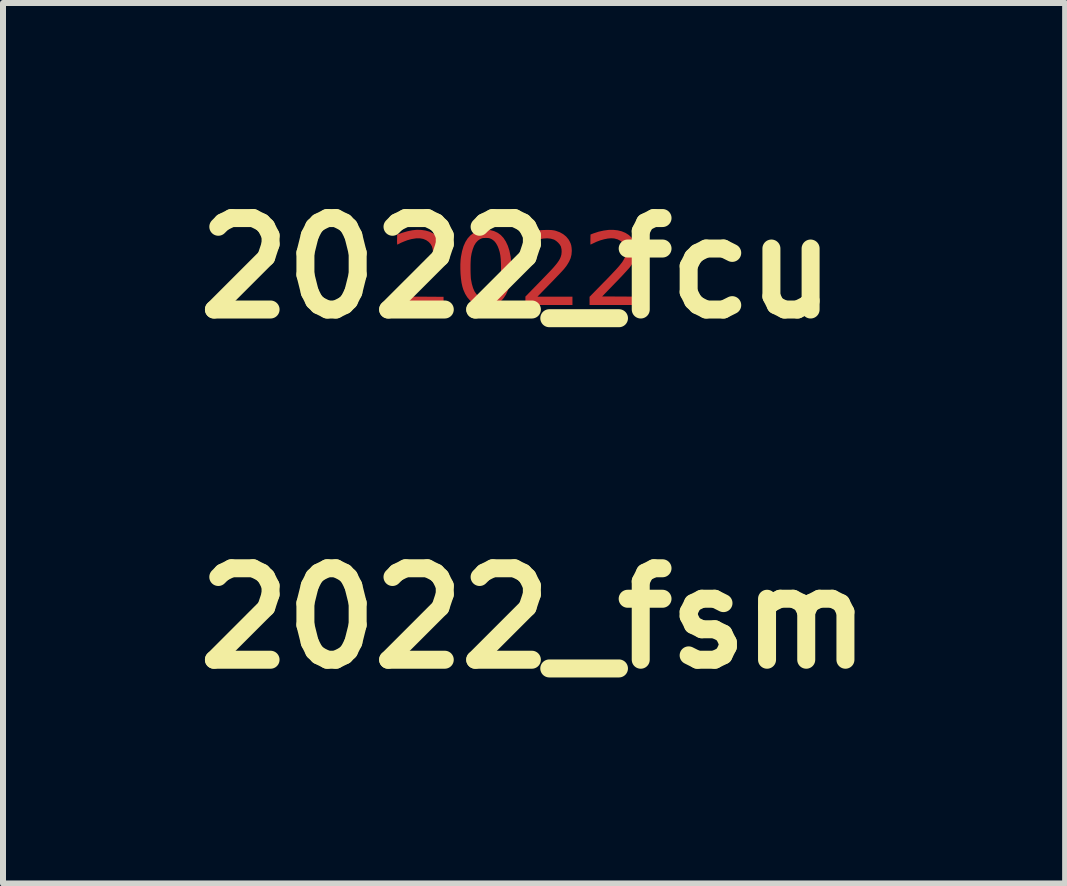
<source format=kicad_pcb>
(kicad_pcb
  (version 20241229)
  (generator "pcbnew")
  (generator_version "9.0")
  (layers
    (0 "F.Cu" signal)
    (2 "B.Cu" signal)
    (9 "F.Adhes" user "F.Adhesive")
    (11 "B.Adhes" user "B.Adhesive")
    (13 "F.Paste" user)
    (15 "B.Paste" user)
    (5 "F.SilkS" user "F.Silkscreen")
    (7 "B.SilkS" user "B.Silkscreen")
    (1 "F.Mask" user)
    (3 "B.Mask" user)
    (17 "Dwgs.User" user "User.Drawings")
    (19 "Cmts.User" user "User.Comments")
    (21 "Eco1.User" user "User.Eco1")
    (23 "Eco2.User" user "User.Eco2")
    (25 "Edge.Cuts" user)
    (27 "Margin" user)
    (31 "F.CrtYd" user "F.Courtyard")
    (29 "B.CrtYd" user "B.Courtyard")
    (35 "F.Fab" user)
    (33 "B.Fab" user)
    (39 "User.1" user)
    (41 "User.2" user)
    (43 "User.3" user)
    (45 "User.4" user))
  (footprint "2022_fcu"
    (layer "F.Cu")
    (at 5.559 1.418)
    (property "Reference" "2022_fcu" (at 0 0 0) (layer "F.SilkS") (effects (font (size 1.524 1.524) (thickness 0.3))))
    (attr board_only exclude_from_pos_files exclude_from_bom)
    (fp_poly (pts (xy 1.684 -0.63) (xy 1.752 -0.613) (xy 1.814 -0.587) (xy 1.869 -0.552) (xy 1.915 -0.509) (xy 1.95 -0.462) (xy 1.97 -0.42) (xy 1.984 -0.37) (xy 1.992 -0.317) (xy 1.992 -0.262) (xy 1.986 -0.211) (xy 1.985 -0.206) (xy 1.964 -0.144) (xy 1.931 -0.079) (xy 1.89 -0.019) (xy 1.877 -0.003) (xy 1.856 0.02) (xy 1.829 0.05) (xy 1.796 0.086) (xy 1.759 0.126) (xy 1.718 0.169) (xy 1.675 0.214) (xy 1.637 0.253) (xy 1.425 0.472) (xy 1.713 0.473) (xy 2 0.475) (xy 2 0.614) (xy 1.215 0.614) (xy 1.215 0.546) (xy 1.215 0.478) (xy 1.446 0.242) (xy 1.508 0.179) (xy 1.561 0.124) (xy 1.606 0.076) (xy 1.645 0.035) (xy 1.678 -0.001) (xy 1.705 -0.032) (xy 1.727 -0.059) (xy 1.746 -0.083) (xy 1.762 -0.104) (xy 1.775 -0.125) (xy 1.786 -0.144) (xy 1.793 -0.158) (xy 1.805 -0.182) (xy 1.813 -0.2) (xy 1.817 -0.217) (xy 1.819 -0.235) (xy 1.82 -0.261) (xy 1.82 -0.278) (xy 1.819 -0.309) (xy 1.818 -0.33) (xy 1.815 -0.347) (xy 1.81 -0.361) (xy 1.802 -0.376) (xy 1.801 -0.379) (xy 1.771 -0.421) (xy 1.731 -0.454) (xy 1.684 -0.479) (xy 1.629 -0.494) (xy 1.624 -0.495) (xy 1.575 -0.498) (xy 1.519 -0.493) (xy 1.458 -0.481) (xy 1.394 -0.463) (xy 1.33 -0.439) (xy 1.286 -0.418) (xy 1.263 -0.407) (xy 1.244 -0.398) (xy 1.233 -0.393) (xy 1.231 -0.392) (xy 1.23 -0.398) (xy 1.229 -0.415) (xy 1.229 -0.439) (xy 1.229 -0.469) (xy 1.229 -0.476) (xy 1.231 -0.56) (xy 1.277 -0.578) (xy 1.365 -0.607) (xy 1.45 -0.626) (xy 1.532 -0.637) (xy 1.611 -0.638)) (stroke (width 0) (type solid)) (fill yes) (layer "F.Cu"))
    (fp_poly (pts (xy -1.591 -0.637) (xy -1.522 -0.627) (xy -1.521 -0.627) (xy -1.453 -0.608) (xy -1.394 -0.581) (xy -1.343 -0.545) (xy -1.322 -0.526) (xy -1.283 -0.481) (xy -1.256 -0.435) (xy -1.238 -0.384) (xy -1.229 -0.327) (xy -1.228 -0.291) (xy -1.231 -0.234) (xy -1.242 -0.182) (xy -1.26 -0.131) (xy -1.288 -0.079) (xy -1.315 -0.038) (xy -1.325 -0.025) (xy -1.335 -0.011) (xy -1.346 0.002) (xy -1.359 0.018) (xy -1.375 0.036) (xy -1.395 0.057) (xy -1.419 0.083) (xy -1.448 0.113) (xy -1.483 0.15) (xy -1.525 0.193) (xy -1.574 0.244) (xy -1.609 0.28) (xy -1.799 0.475) (xy -1.509 0.476) (xy -1.218 0.478) (xy -1.217 0.546) (xy -1.215 0.614) (xy -2 0.614) (xy -2 0.471) (xy -1.961 0.433) (xy -1.931 0.403) (xy -1.895 0.367) (xy -1.856 0.327) (xy -1.813 0.284) (xy -1.77 0.239) (xy -1.726 0.193) (xy -1.682 0.148) (xy -1.64 0.103) (xy -1.601 0.062) (xy -1.565 0.024) (xy -1.535 -0.009) (xy -1.51 -0.037) (xy -1.492 -0.057) (xy -1.483 -0.068) (xy -1.444 -0.125) (xy -1.417 -0.177) (xy -1.401 -0.226) (xy -1.395 -0.274) (xy -1.399 -0.318) (xy -1.412 -0.363) (xy -1.434 -0.402) (xy -1.465 -0.436) (xy -1.507 -0.466) (xy -1.557 -0.487) (xy -1.613 -0.497) (xy -1.677 -0.496) (xy -1.747 -0.485) (xy -1.768 -0.48) (xy -1.821 -0.465) (xy -1.876 -0.444) (xy -1.928 -0.422) (xy -1.949 -0.411) (xy -1.968 -0.401) (xy -1.983 -0.394) (xy -1.989 -0.392) (xy -1.991 -0.398) (xy -1.992 -0.415) (xy -1.993 -0.439) (xy -1.993 -0.469) (xy -1.992 -0.476) (xy -1.991 -0.56) (xy -1.902 -0.59) (xy -1.816 -0.615) (xy -1.737 -0.631) (xy -1.662 -0.639)) (stroke (width 0) (type solid)) (fill yes) (layer "F.Cu"))
    (fp_poly (pts (xy 0.547 -0.636) (xy 0.578 -0.635) (xy 0.603 -0.632) (xy 0.624 -0.629) (xy 0.646 -0.624) (xy 0.655 -0.621) (xy 0.719 -0.598) (xy 0.776 -0.566) (xy 0.825 -0.526) (xy 0.863 -0.481) (xy 0.881 -0.451) (xy 0.899 -0.413) (xy 0.91 -0.378) (xy 0.916 -0.34) (xy 0.919 -0.295) (xy 0.919 -0.284) (xy 0.914 -0.224) (xy 0.9 -0.167) (xy 0.875 -0.11) (xy 0.847 -0.063) (xy 0.836 -0.046) (xy 0.825 -0.03) (xy 0.813 -0.015) (xy 0.8 0.002) (xy 0.784 0.021) (xy 0.765 0.042) (xy 0.742 0.067) (xy 0.714 0.097) (xy 0.68 0.132) (xy 0.64 0.174) (xy 0.593 0.223) (xy 0.543 0.274) (xy 0.347 0.475) (xy 0.93 0.475) (xy 0.93 0.614) (xy 0.146 0.614) (xy 0.146 0.474) (xy 0.37 0.245) (xy 0.433 0.18) (xy 0.488 0.123) (xy 0.536 0.073) (xy 0.577 0.03) (xy 0.611 -0.007) (xy 0.639 -0.04) (xy 0.663 -0.069) (xy 0.682 -0.094) (xy 0.698 -0.117) (xy 0.711 -0.138) (xy 0.722 -0.158) (xy 0.731 -0.179) (xy 0.735 -0.189) (xy 0.746 -0.228) (xy 0.75 -0.272) (xy 0.748 -0.315) (xy 0.739 -0.354) (xy 0.735 -0.365) (xy 0.717 -0.395) (xy 0.691 -0.425) (xy 0.66 -0.452) (xy 0.629 -0.472) (xy 0.623 -0.475) (xy 0.569 -0.491) (xy 0.509 -0.497) (xy 0.442 -0.493) (xy 0.37 -0.478) (xy 0.293 -0.453) (xy 0.245 -0.433) (xy 0.219 -0.421) (xy 0.196 -0.41) (xy 0.18 -0.402) (xy 0.174 -0.398) (xy 0.163 -0.393) (xy 0.16 -0.392) (xy 0.156 -0.395) (xy 0.154 -0.404) (xy 0.153 -0.42) (xy 0.153 -0.447) (xy 0.153 -0.476) (xy 0.155 -0.559) (xy 0.212 -0.58) (xy 0.244 -0.591) (xy 0.282 -0.602) (xy 0.32 -0.613) (xy 0.339 -0.618) (xy 0.368 -0.625) (xy 0.393 -0.63) (xy 0.418 -0.633) (xy 0.446 -0.635) (xy 0.481 -0.636) (xy 0.506 -0.636)) (stroke (width 0) (type solid)) (fill yes) (layer "F.Cu"))
    (fp_poly (pts (xy -0.441 -0.634) (xy -0.376 -0.617) (xy -0.318 -0.59) (xy -0.265 -0.552) (xy -0.219 -0.503) (xy -0.18 -0.443) (xy -0.147 -0.373) (xy -0.121 -0.293) (xy -0.102 -0.202) (xy -0.1 -0.193) (xy -0.097 -0.166) (xy -0.095 -0.128) (xy -0.093 -0.084) (xy -0.092 -0.035) (xy -0.092 0.016) (xy -0.093 0.066) (xy -0.094 0.112) (xy -0.096 0.153) (xy -0.099 0.184) (xy -0.1 0.193) (xy -0.119 0.286) (xy -0.145 0.368) (xy -0.177 0.439) (xy -0.216 0.499) (xy -0.261 0.549) (xy -0.313 0.587) (xy -0.371 0.615) (xy -0.436 0.632) (xy -0.508 0.639) (xy -0.519 0.639) (xy -0.55 0.637) (xy -0.582 0.634) (xy -0.609 0.63) (xy -0.611 0.63) (xy -0.671 0.61) (xy -0.727 0.58) (xy -0.777 0.539) (xy -0.821 0.488) (xy -0.858 0.428) (xy -0.888 0.36) (xy -0.904 0.308) (xy -0.918 0.245) (xy -0.928 0.172) (xy -0.935 0.094) (xy -0.938 0.014) (xy -0.938 -0.016) (xy -0.768 -0.016) (xy -0.768 0.035) (xy -0.767 0.085) (xy -0.765 0.13) (xy -0.763 0.167) (xy -0.761 0.185) (xy -0.746 0.264) (xy -0.726 0.332) (xy -0.701 0.389) (xy -0.67 0.434) (xy -0.633 0.469) (xy -0.591 0.492) (xy -0.566 0.501) (xy -0.535 0.505) (xy -0.497 0.504) (xy -0.459 0.498) (xy -0.426 0.487) (xy -0.422 0.485) (xy -0.385 0.461) (xy -0.353 0.428) (xy -0.326 0.385) (xy -0.319 0.371) (xy -0.3 0.325) (xy -0.285 0.276) (xy -0.274 0.222) (xy -0.266 0.161) (xy -0.261 0.091) (xy -0.26 0.011) (xy -0.26 0) (xy -0.261 -0.082) (xy -0.265 -0.153) (xy -0.272 -0.215) (xy -0.283 -0.27) (xy -0.298 -0.319) (xy -0.316 -0.365) (xy -0.319 -0.371) (xy -0.345 -0.417) (xy -0.375 -0.453) (xy -0.41 -0.479) (xy -0.423 -0.486) (xy -0.443 -0.494) (xy -0.46 -0.5) (xy -0.48 -0.502) (xy -0.507 -0.503) (xy -0.516 -0.503) (xy -0.546 -0.502) (xy -0.567 -0.5) (xy -0.584 -0.495) (xy -0.602 -0.487) (xy -0.605 -0.486) (xy -0.645 -0.459) (xy -0.68 -0.421) (xy -0.709 -0.373) (xy -0.732 -0.313) (xy -0.751 -0.243) (xy -0.761 -0.185) (xy -0.764 -0.154) (xy -0.766 -0.114) (xy -0.768 -0.067) (xy -0.768 -0.016) (xy -0.938 -0.016) (xy -0.938 -0.064) (xy -0.934 -0.139) (xy -0.927 -0.192) (xy -0.909 -0.284) (xy -0.885 -0.366) (xy -0.853 -0.437) (xy -0.815 -0.497) (xy -0.769 -0.547) (xy -0.718 -0.586) (xy -0.659 -0.615) (xy -0.594 -0.632) (xy -0.522 -0.639) (xy -0.512 -0.639)) (stroke (width 0) (type solid)) (fill yes) (layer "F.Cu")))
  (footprint "2022_fsm"
    (layer "F.Cu")
    (at 5.849 7.254)
    (property "Reference" "2022_fsm" (at 0 0 0) (layer "F.SilkS") (effects (font (size 1.524 1.524) (thickness 0.3))))
    (attr board_only exclude_from_pos_files exclude_from_bom)
    (fp_poly (pts (xy 1.684 -0.63) (xy 1.752 -0.613) (xy 1.814 -0.587) (xy 1.869 -0.552) (xy 1.915 -0.509) (xy 1.95 -0.462) (xy 1.97 -0.42) (xy 1.984 -0.37) (xy 1.992 -0.317) (xy 1.992 -0.262) (xy 1.986 -0.211) (xy 1.985 -0.206) (xy 1.964 -0.144) (xy 1.931 -0.079) (xy 1.89 -0.019) (xy 1.877 -0.003) (xy 1.856 0.02) (xy 1.829 0.05) (xy 1.796 0.086) (xy 1.759 0.126) (xy 1.718 0.169) (xy 1.675 0.214) (xy 1.637 0.253) (xy 1.425 0.472) (xy 1.713 0.473) (xy 2 0.475) (xy 2 0.614) (xy 1.215 0.614) (xy 1.215 0.546) (xy 1.215 0.478) (xy 1.446 0.242) (xy 1.508 0.179) (xy 1.561 0.124) (xy 1.606 0.076) (xy 1.645 0.035) (xy 1.678 -0.001) (xy 1.705 -0.032) (xy 1.727 -0.059) (xy 1.746 -0.083) (xy 1.762 -0.104) (xy 1.775 -0.125) (xy 1.786 -0.144) (xy 1.793 -0.158) (xy 1.805 -0.182) (xy 1.813 -0.2) (xy 1.817 -0.217) (xy 1.819 -0.235) (xy 1.82 -0.261) (xy 1.82 -0.278) (xy 1.819 -0.309) (xy 1.818 -0.33) (xy 1.815 -0.347) (xy 1.81 -0.361) (xy 1.802 -0.376) (xy 1.801 -0.379) (xy 1.771 -0.421) (xy 1.731 -0.454) (xy 1.684 -0.479) (xy 1.629 -0.494) (xy 1.624 -0.495) (xy 1.575 -0.498) (xy 1.519 -0.493) (xy 1.458 -0.481) (xy 1.394 -0.463) (xy 1.33 -0.439) (xy 1.286 -0.418) (xy 1.263 -0.407) (xy 1.244 -0.398) (xy 1.233 -0.393) (xy 1.231 -0.392) (xy 1.23 -0.398) (xy 1.229 -0.415) (xy 1.229 -0.439) (xy 1.229 -0.469) (xy 1.229 -0.476) (xy 1.231 -0.56) (xy 1.277 -0.578) (xy 1.365 -0.607) (xy 1.45 -0.626) (xy 1.532 -0.637) (xy 1.611 -0.638)) (stroke (width 0) (type solid)) (fill yes) (layer "F.Mask"))
    (fp_poly (pts (xy -1.591 -0.637) (xy -1.522 -0.627) (xy -1.521 -0.627) (xy -1.453 -0.608) (xy -1.394 -0.581) (xy -1.343 -0.545) (xy -1.322 -0.526) (xy -1.283 -0.481) (xy -1.256 -0.435) (xy -1.238 -0.384) (xy -1.229 -0.327) (xy -1.228 -0.291) (xy -1.231 -0.234) (xy -1.242 -0.182) (xy -1.26 -0.131) (xy -1.288 -0.079) (xy -1.315 -0.038) (xy -1.325 -0.025) (xy -1.335 -0.011) (xy -1.346 0.002) (xy -1.359 0.018) (xy -1.375 0.036) (xy -1.395 0.057) (xy -1.419 0.083) (xy -1.448 0.113) (xy -1.483 0.15) (xy -1.525 0.193) (xy -1.574 0.244) (xy -1.609 0.28) (xy -1.799 0.475) (xy -1.509 0.476) (xy -1.218 0.478) (xy -1.217 0.546) (xy -1.215 0.614) (xy -2 0.614) (xy -2 0.471) (xy -1.961 0.433) (xy -1.931 0.403) (xy -1.895 0.367) (xy -1.856 0.327) (xy -1.813 0.284) (xy -1.77 0.239) (xy -1.726 0.193) (xy -1.682 0.148) (xy -1.64 0.103) (xy -1.601 0.062) (xy -1.565 0.024) (xy -1.535 -0.009) (xy -1.51 -0.037) (xy -1.492 -0.057) (xy -1.483 -0.068) (xy -1.444 -0.125) (xy -1.417 -0.177) (xy -1.401 -0.226) (xy -1.395 -0.274) (xy -1.399 -0.318) (xy -1.412 -0.363) (xy -1.434 -0.402) (xy -1.465 -0.436) (xy -1.507 -0.466) (xy -1.557 -0.487) (xy -1.613 -0.497) (xy -1.677 -0.496) (xy -1.747 -0.485) (xy -1.768 -0.48) (xy -1.821 -0.465) (xy -1.876 -0.444) (xy -1.928 -0.422) (xy -1.949 -0.411) (xy -1.968 -0.401) (xy -1.983 -0.394) (xy -1.989 -0.392) (xy -1.991 -0.398) (xy -1.992 -0.415) (xy -1.993 -0.439) (xy -1.993 -0.469) (xy -1.992 -0.476) (xy -1.991 -0.56) (xy -1.902 -0.59) (xy -1.816 -0.615) (xy -1.737 -0.631) (xy -1.662 -0.639)) (stroke (width 0) (type solid)) (fill yes) (layer "F.Mask"))
    (fp_poly (pts (xy 0.547 -0.636) (xy 0.578 -0.635) (xy 0.603 -0.632) (xy 0.624 -0.629) (xy 0.646 -0.624) (xy 0.655 -0.621) (xy 0.719 -0.598) (xy 0.776 -0.566) (xy 0.825 -0.526) (xy 0.863 -0.481) (xy 0.881 -0.451) (xy 0.899 -0.413) (xy 0.91 -0.378) (xy 0.916 -0.34) (xy 0.919 -0.295) (xy 0.919 -0.284) (xy 0.914 -0.224) (xy 0.9 -0.167) (xy 0.875 -0.11) (xy 0.847 -0.063) (xy 0.836 -0.046) (xy 0.825 -0.03) (xy 0.813 -0.015) (xy 0.8 0.002) (xy 0.784 0.021) (xy 0.765 0.042) (xy 0.742 0.067) (xy 0.714 0.097) (xy 0.68 0.132) (xy 0.64 0.174) (xy 0.593 0.223) (xy 0.543 0.274) (xy 0.347 0.475) (xy 0.93 0.475) (xy 0.93 0.614) (xy 0.146 0.614) (xy 0.146 0.474) (xy 0.37 0.245) (xy 0.433 0.18) (xy 0.488 0.123) (xy 0.536 0.073) (xy 0.577 0.03) (xy 0.611 -0.007) (xy 0.639 -0.04) (xy 0.663 -0.069) (xy 0.682 -0.094) (xy 0.698 -0.117) (xy 0.711 -0.138) (xy 0.722 -0.158) (xy 0.731 -0.179) (xy 0.735 -0.189) (xy 0.746 -0.228) (xy 0.75 -0.272) (xy 0.748 -0.315) (xy 0.739 -0.354) (xy 0.735 -0.365) (xy 0.717 -0.395) (xy 0.691 -0.425) (xy 0.66 -0.452) (xy 0.629 -0.472) (xy 0.623 -0.475) (xy 0.569 -0.491) (xy 0.509 -0.497) (xy 0.442 -0.493) (xy 0.37 -0.478) (xy 0.293 -0.453) (xy 0.245 -0.433) (xy 0.219 -0.421) (xy 0.196 -0.41) (xy 0.18 -0.402) (xy 0.174 -0.398) (xy 0.163 -0.393) (xy 0.16 -0.392) (xy 0.156 -0.395) (xy 0.154 -0.404) (xy 0.153 -0.42) (xy 0.153 -0.447) (xy 0.153 -0.476) (xy 0.155 -0.559) (xy 0.212 -0.58) (xy 0.244 -0.591) (xy 0.282 -0.602) (xy 0.32 -0.613) (xy 0.339 -0.618) (xy 0.368 -0.625) (xy 0.393 -0.63) (xy 0.418 -0.633) (xy 0.446 -0.635) (xy 0.481 -0.636) (xy 0.506 -0.636)) (stroke (width 0) (type solid)) (fill yes) (layer "F.Mask"))
    (fp_poly (pts (xy -0.441 -0.634) (xy -0.376 -0.617) (xy -0.318 -0.59) (xy -0.265 -0.552) (xy -0.219 -0.503) (xy -0.18 -0.443) (xy -0.147 -0.373) (xy -0.121 -0.293) (xy -0.102 -0.202) (xy -0.1 -0.193) (xy -0.097 -0.166) (xy -0.095 -0.128) (xy -0.093 -0.084) (xy -0.092 -0.035) (xy -0.092 0.016) (xy -0.093 0.066) (xy -0.094 0.112) (xy -0.096 0.153) (xy -0.099 0.184) (xy -0.1 0.193) (xy -0.119 0.286) (xy -0.145 0.368) (xy -0.177 0.439) (xy -0.216 0.499) (xy -0.261 0.549) (xy -0.313 0.587) (xy -0.371 0.615) (xy -0.436 0.632) (xy -0.508 0.639) (xy -0.519 0.639) (xy -0.55 0.637) (xy -0.582 0.634) (xy -0.609 0.63) (xy -0.611 0.63) (xy -0.671 0.61) (xy -0.727 0.58) (xy -0.777 0.539) (xy -0.821 0.488) (xy -0.858 0.428) (xy -0.888 0.36) (xy -0.904 0.308) (xy -0.918 0.245) (xy -0.928 0.172) (xy -0.935 0.094) (xy -0.938 0.014) (xy -0.938 -0.016) (xy -0.768 -0.016) (xy -0.768 0.035) (xy -0.767 0.085) (xy -0.765 0.13) (xy -0.763 0.167) (xy -0.761 0.185) (xy -0.746 0.264) (xy -0.726 0.332) (xy -0.701 0.389) (xy -0.67 0.434) (xy -0.633 0.469) (xy -0.591 0.492) (xy -0.566 0.501) (xy -0.535 0.505) (xy -0.497 0.504) (xy -0.459 0.498) (xy -0.426 0.487) (xy -0.422 0.485) (xy -0.385 0.461) (xy -0.353 0.428) (xy -0.326 0.385) (xy -0.319 0.371) (xy -0.3 0.325) (xy -0.285 0.276) (xy -0.274 0.222) (xy -0.266 0.161) (xy -0.261 0.091) (xy -0.26 0.011) (xy -0.26 0) (xy -0.261 -0.082) (xy -0.265 -0.153) (xy -0.272 -0.215) (xy -0.283 -0.27) (xy -0.298 -0.319) (xy -0.316 -0.365) (xy -0.319 -0.371) (xy -0.345 -0.417) (xy -0.375 -0.453) (xy -0.41 -0.479) (xy -0.423 -0.486) (xy -0.443 -0.494) (xy -0.46 -0.5) (xy -0.48 -0.502) (xy -0.507 -0.503) (xy -0.516 -0.503) (xy -0.546 -0.502) (xy -0.567 -0.5) (xy -0.584 -0.495) (xy -0.602 -0.487) (xy -0.605 -0.486) (xy -0.645 -0.459) (xy -0.68 -0.421) (xy -0.709 -0.373) (xy -0.732 -0.313) (xy -0.751 -0.243) (xy -0.761 -0.185) (xy -0.764 -0.154) (xy -0.766 -0.114) (xy -0.768 -0.067) (xy -0.768 -0.016) (xy -0.938 -0.016) (xy -0.938 -0.064) (xy -0.934 -0.139) (xy -0.927 -0.192) (xy -0.909 -0.284) (xy -0.885 -0.366) (xy -0.853 -0.437) (xy -0.815 -0.497) (xy -0.769 -0.547) (xy -0.718 -0.586) (xy -0.659 -0.615) (xy -0.594 -0.632) (xy -0.522 -0.639) (xy -0.512 -0.639)) (stroke (width 0) (type solid)) (fill yes) (layer "F.Mask")))
  (gr_rect
    (start -3 -3)
    (end 14.699 11.672)
    (stroke (width 0.1) (type default))
    (fill no)
    (layer "Edge.Cuts")))
</source>
